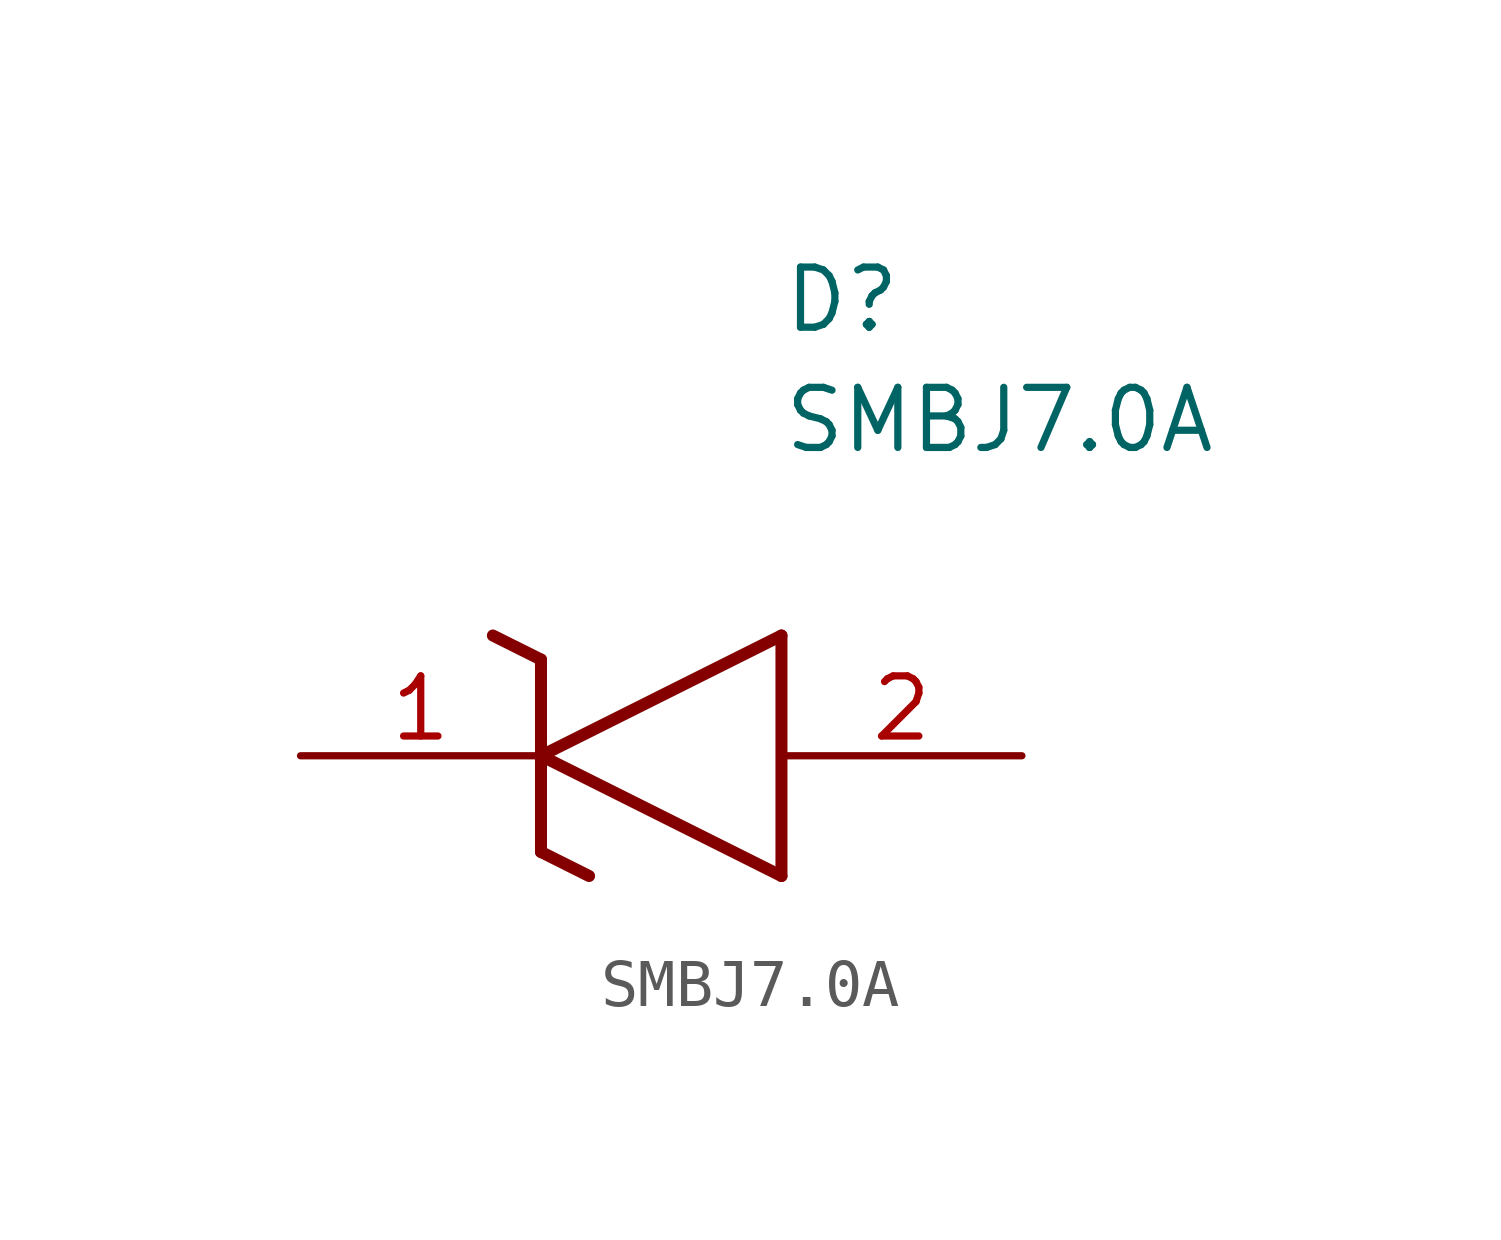
<source format=kicad_sym>
(kicad_symbol_lib
  (version 20211014)
  (generator SamacSys_ECAD_Model)
  (symbol "SMBJ7.0A"
    (pin_names hide)
    (property "Reference" "D"
      (at 10.16 8.89 0)
      (effects (font (size 1.27 1.27)) (justify left bottom)))
    (property "Value" "SMBJ7.0A"
      (at 10.16 6.35 0)
      (effects (font (size 1.27 1.27)) (justify left bottom)))
    (polyline
      (pts (xy 5.08 0) (xy 10.16 2.54))
      (stroke (width 0.254) (type default))
      (fill (type none)))
    (polyline
      (pts (xy 10.16 -2.54) (xy 10.16 2.54))
      (stroke (width 0.254) (type default))
      (fill (type none)))
    (polyline
      (pts (xy 10.16 -2.54) (xy 5.08 0))
      (stroke (width 0.254) (type default))
      (fill (type none)))
    (polyline
      (pts (xy 5.08 -2.032) (xy 6.096 -2.54))
      (stroke (width 0.254) (type default))
      (fill (type none)))
    (polyline
      (pts (xy 5.08 -2.032) (xy 5.08 2.032))
      (stroke (width 0.254) (type default))
      (fill (type none)))
    (polyline
      (pts (xy 4.064 2.54) (xy 5.08 2.032))
      (stroke (width 0.254) (type default))
      (fill (type none)))
    (pin passive line
      (at 0 0 0)
      (length 5.08)
      (name "K" (effects (font (size 1.27 1.27))))
      (number "1" (effects (font (size 1.27 1.27)))))
    (pin passive line
      (at 15.24 0 180)
      (length 5.08)
      (name "A" (effects (font (size 1.27 1.27))))
      (number "2" (effects (font (size 1.27 1.27)))))))
</source>
